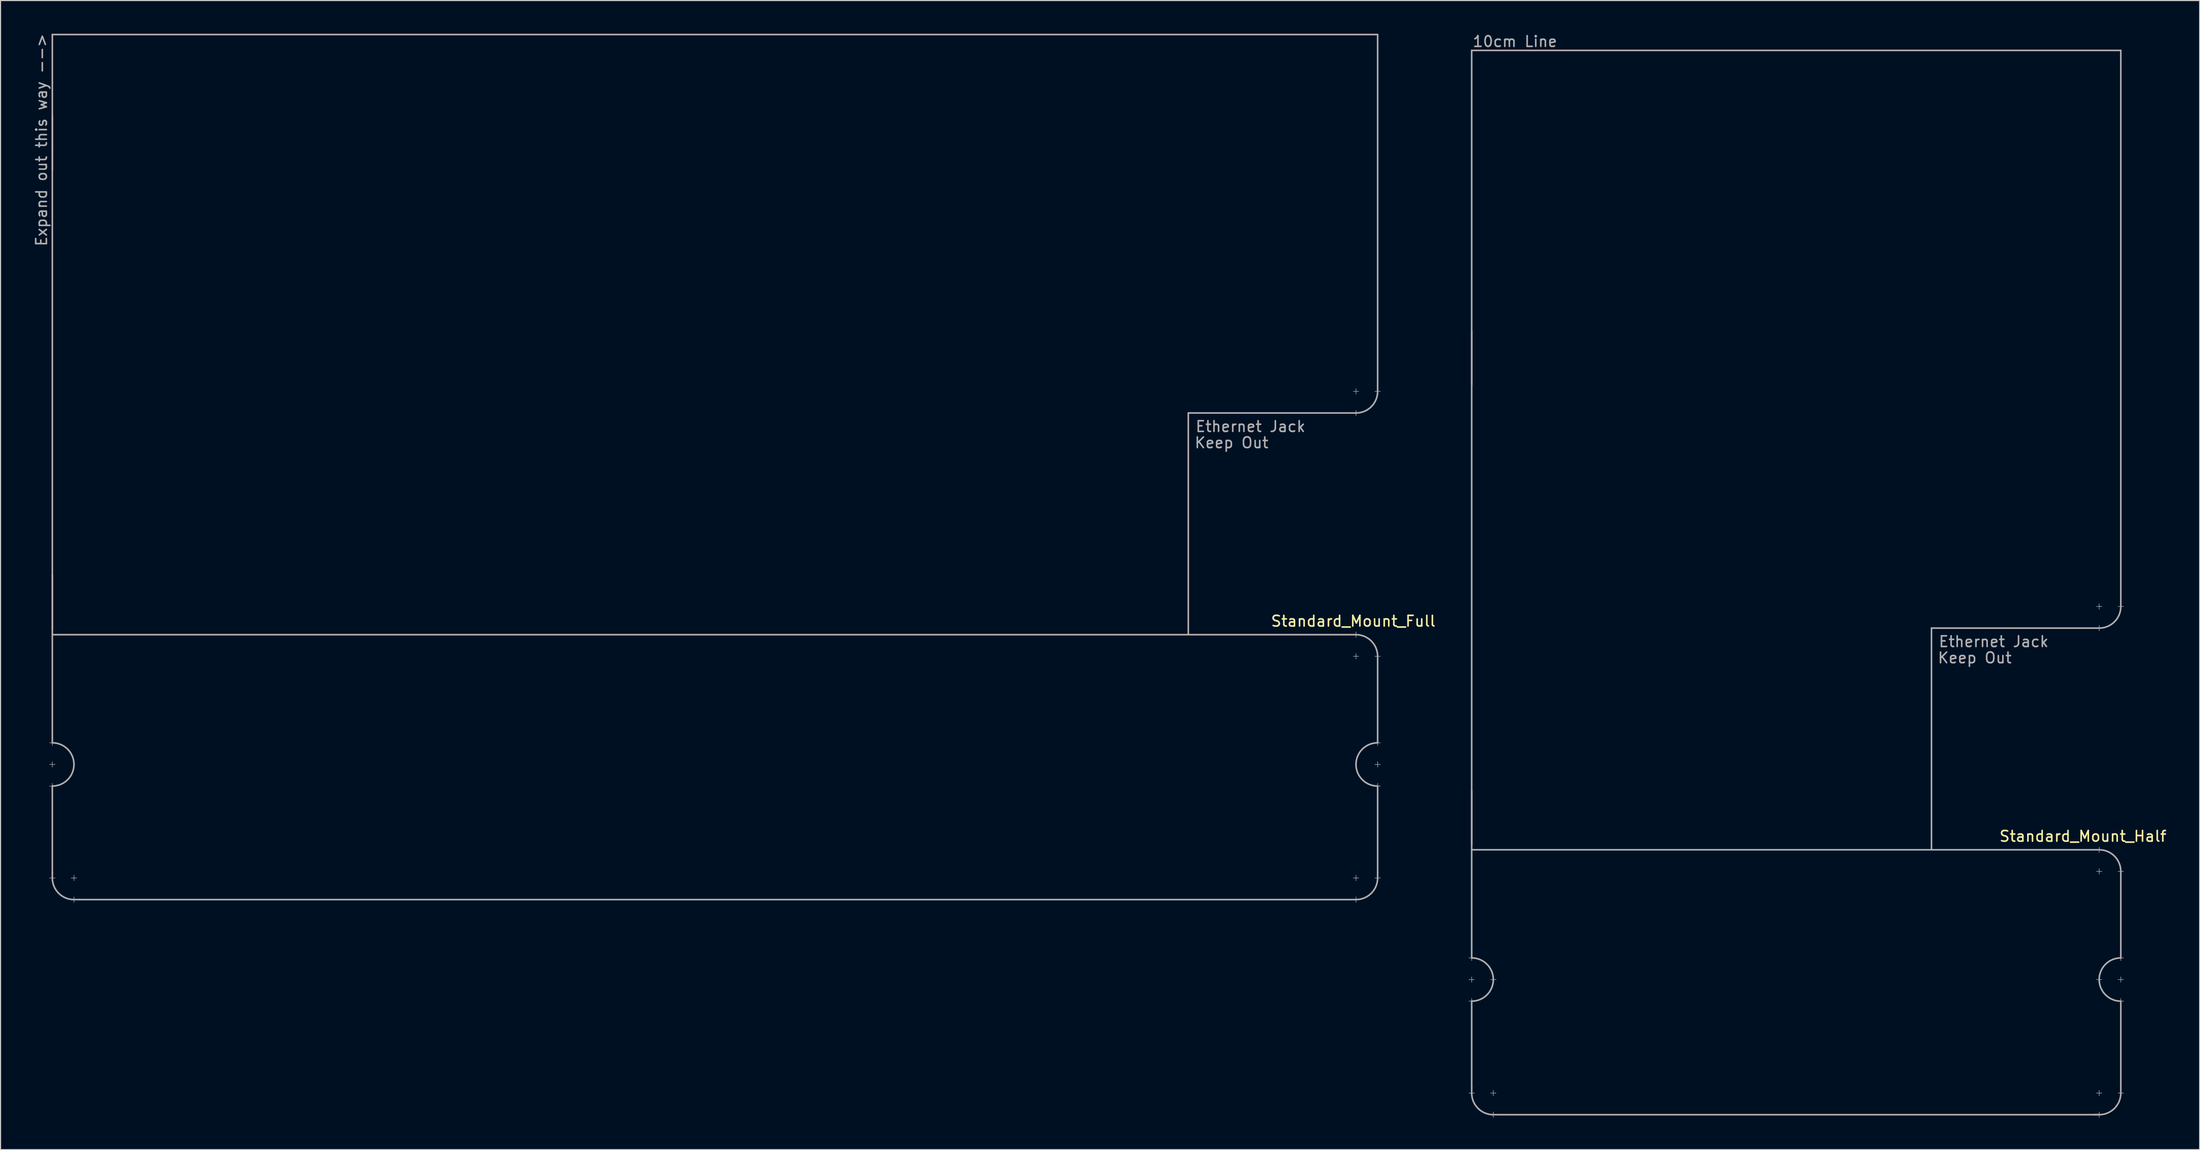
<source format=kicad_pcb>
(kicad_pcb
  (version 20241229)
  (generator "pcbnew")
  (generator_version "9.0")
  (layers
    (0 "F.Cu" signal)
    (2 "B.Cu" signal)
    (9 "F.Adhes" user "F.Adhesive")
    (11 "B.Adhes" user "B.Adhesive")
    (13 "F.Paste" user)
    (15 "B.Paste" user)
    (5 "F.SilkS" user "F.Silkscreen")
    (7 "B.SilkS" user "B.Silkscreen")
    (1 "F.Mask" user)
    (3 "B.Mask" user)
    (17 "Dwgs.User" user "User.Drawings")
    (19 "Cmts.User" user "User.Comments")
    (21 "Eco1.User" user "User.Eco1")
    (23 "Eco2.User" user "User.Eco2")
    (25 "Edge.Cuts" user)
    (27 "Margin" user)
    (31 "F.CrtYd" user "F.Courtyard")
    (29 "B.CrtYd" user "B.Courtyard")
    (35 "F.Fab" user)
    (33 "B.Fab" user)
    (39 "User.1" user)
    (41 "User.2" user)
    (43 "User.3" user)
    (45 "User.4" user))
  (footprint "Standard_Mount_Full"
    (layer "F.Cu")
    (at 1.864 56.075)
    (property "Reference" "Standard_Mount_Full" (at 122.174 -0.762 180) (layer "F.SilkS") (effects (font (size 1 1) (thickness 0.15))))
    (attr through_hole)
    (fp_line (start 0 -48.26) (end 0 -43.18) (stroke (width 0.15) (type solid)) (layer "B.SilkS"))
    (fp_line (start 0 -5.08) (end 0 0) (stroke (width 0.15) (type solid)) (layer "B.SilkS"))
    (fp_line (start -0.254 10.668) (end 0.254 10.668) (stroke (width 0.05) (type solid)) (layer "F.Fab"))
    (fp_line (start -0.254 12.7) (end 0.254 12.7) (stroke (width 0.05) (type solid)) (layer "F.Fab"))
    (fp_line (start -0.254 14.732) (end 0.254 14.732) (stroke (width 0.05) (type solid)) (layer "F.Fab"))
    (fp_line (start 0 -55.88) (end 0 0.508) (stroke (width 0.15) (type solid)) (layer "F.Fab"))
    (fp_line (start 0 -55.88) (end 124.46 -55.88) (stroke (width 0.15) (type solid)) (layer "F.Fab"))
    (fp_line (start 0 0.508) (end 122.428 0.508) (stroke (width 0.15) (type solid)) (layer "F.Fab"))
    (fp_line (start 0 10.414) (end 0 10.922) (stroke (width 0.05) (type solid)) (layer "F.Fab"))
    (fp_line (start 0 10.668) (end 0 0.508) (stroke (width 0.15) (type solid)) (layer "F.Fab"))
    (fp_line (start 0 12.446) (end 0 12.954) (stroke (width 0.05) (type solid)) (layer "F.Fab"))
    (fp_line (start 0 14.478) (end 0 14.986) (stroke (width 0.05) (type solid)) (layer "F.Fab"))
    (fp_line (start 0 22.86) (end 0 14.732) (stroke (width 0.15) (type solid)) (layer "F.Fab"))
    (fp_line (start 0 22.86) (end 0 23.368) (stroke (width 0.15) (type solid)) (layer "F.Fab"))
    (fp_line (start 0.254 23.368) (end -0.254 23.368) (stroke (width 0.05) (type solid)) (layer "F.Fab"))
    (fp_line (start 1.778 23.368) (end 2.286 23.368) (stroke (width 0.05) (type solid)) (layer "F.Fab"))
    (fp_line (start 2.032 23.114) (end 2.032 23.622) (stroke (width 0.05) (type solid)) (layer "F.Fab"))
    (fp_line (start 2.032 25.146) (end 2.032 25.654) (stroke (width 0.05) (type solid)) (layer "F.Fab"))
    (fp_line (start 2.032 25.4) (end 2.54 25.4) (stroke (width 0.15) (type solid)) (layer "F.Fab"))
    (fp_line (start 2.54 25.4) (end 121.92 25.4) (stroke (width 0.15) (type solid)) (layer "F.Fab"))
    (fp_line (start 106.68 -20.32) (end 106.68 0.508) (stroke (width 0.15) (type solid)) (layer "F.Fab"))
    (fp_line (start 121.92 25.4) (end 122.428 25.4) (stroke (width 0.15) (type solid)) (layer "F.Fab"))
    (fp_line (start 122.174 -22.352) (end 122.682 -22.352) (stroke (width 0.05) (type solid)) (layer "F.Fab"))
    (fp_line (start 122.174 2.54) (end 122.682 2.54) (stroke (width 0.05) (type solid)) (layer "F.Fab"))
    (fp_line (start 122.174 23.368) (end 122.682 23.368) (stroke (width 0.05) (type solid)) (layer "F.Fab"))
    (fp_line (start 122.428 -22.606) (end 122.428 -22.098) (stroke (width 0.05) (type solid)) (layer "F.Fab"))
    (fp_line (start 122.428 -20.574) (end 122.428 -20.066) (stroke (width 0.05) (type solid)) (layer "F.Fab"))
    (fp_line (start 122.428 -20.32) (end 106.68 -20.32) (stroke (width 0.15) (type solid)) (layer "F.Fab"))
    (fp_line (start 122.428 0.254) (end 122.428 0.762) (stroke (width 0.05) (type solid)) (layer "F.Fab"))
    (fp_line (start 122.428 2.286) (end 122.428 2.794) (stroke (width 0.05) (type solid)) (layer "F.Fab"))
    (fp_line (start 122.428 23.114) (end 122.428 23.622) (stroke (width 0.05) (type solid)) (layer "F.Fab"))
    (fp_line (start 122.428 25.146) (end 122.428 25.654) (stroke (width 0.05) (type solid)) (layer "F.Fab"))
    (fp_line (start 124.206 -22.352) (end 124.714 -22.352) (stroke (width 0.05) (type solid)) (layer "F.Fab"))
    (fp_line (start 124.206 2.54) (end 124.714 2.54) (stroke (width 0.05) (type solid)) (layer "F.Fab"))
    (fp_line (start 124.206 10.668) (end 124.714 10.668) (stroke (width 0.05) (type solid)) (layer "F.Fab"))
    (fp_line (start 124.206 12.7) (end 124.714 12.7) (stroke (width 0.05) (type solid)) (layer "F.Fab"))
    (fp_line (start 124.206 14.732) (end 124.714 14.732) (stroke (width 0.05) (type solid)) (layer "F.Fab"))
    (fp_line (start 124.206 23.368) (end 124.714 23.368) (stroke (width 0.05) (type solid)) (layer "F.Fab"))
    (fp_line (start 124.46 -55.88) (end 124.46 -22.352) (stroke (width 0.15) (type solid)) (layer "F.Fab"))
    (fp_line (start 124.46 10.414) (end 124.46 10.922) (stroke (width 0.05) (type solid)) (layer "F.Fab"))
    (fp_line (start 124.46 10.668) (end 124.46 2.54) (stroke (width 0.15) (type solid)) (layer "F.Fab"))
    (fp_line (start 124.46 12.446) (end 124.46 12.954) (stroke (width 0.05) (type solid)) (layer "F.Fab"))
    (fp_line (start 124.46 14.478) (end 124.46 14.986) (stroke (width 0.05) (type solid)) (layer "F.Fab"))
    (fp_line (start 124.46 14.732) (end 124.46 22.86) (stroke (width 0.15) (type solid)) (layer "F.Fab"))
    (fp_line (start 124.46 23.343) (end 124.46 22.86) (stroke (width 0.15) (type solid)) (layer "F.Fab"))
    (fp_arc (start 0 10.668) (mid 1.436841 11.263159) (end 2.032 12.7) (stroke (width 0.15) (type solid)) (layer "F.Fab"))
    (fp_arc (start 2.032 12.7) (mid 1.436841 14.136841) (end 0 14.732) (stroke (width 0.15) (type solid)) (layer "F.Fab"))
    (fp_arc (start 2.032 25.4) (mid 0.595159 24.804841) (end 0 23.368) (stroke (width 0.15) (type solid)) (layer "F.Fab"))
    (fp_arc (start 122.428 0.508) (mid 123.864841 1.103159) (end 124.46 2.54) (stroke (width 0.15) (type solid)) (layer "F.Fab"))
    (fp_arc (start 122.428 12.7) (mid 123.023159 11.263159) (end 124.46 10.668) (stroke (width 0.15) (type solid)) (layer "F.Fab"))
    (fp_arc (start 124.46 -22.352) (mid 123.864841 -20.915159) (end 122.428 -20.32) (stroke (width 0.15) (type solid)) (layer "F.Fab"))
    (fp_arc (start 124.46 14.732) (mid 123.023159 14.136841) (end 122.428 12.7) (stroke (width 0.15) (type solid)) (layer "F.Fab"))
    (fp_arc (start 124.46 23.368) (mid 123.864841 24.804841) (end 122.428 25.4) (stroke (width 0.15) (type solid)) (layer "F.Fab"))
    (fp_text user "Expand out this way -->" (at -1.016 -45.974 90) (layer "F.Fab") (effects (font (size 1 1) (thickness 0.15))))
    (fp_text user "Ethernet Jack" (at 112.522 -19.05 0) (layer "F.Fab") (effects (font (size 1 1) (thickness 0.15))))
    (fp_text user "Keep Out" (at 110.744 -17.526 0) (layer "F.Fab") (effects (font (size 1 1) (thickness 0.15)))))
  (footprint "Standard_Mount_Half"
    (layer "F.Cu")
    (at 135.157 76.286)
    (property "Reference" "Standard_Mount_Half" (at 57.404 -0.762 180) (layer "F.SilkS") (effects (font (size 1 1) (thickness 0.15))))
    (attr through_hole)
    (fp_line (start 0 -48.26) (end 0 -43.18) (stroke (width 0.15) (type solid)) (layer "B.SilkS"))
    (fp_line (start 0 -5.08) (end 0 0) (stroke (width 0.15) (type solid)) (layer "B.SilkS"))
    (fp_line (start 0 -74.6) (end 60.96 -74.6) (stroke (width 0.15) (type solid)) (layer "F.Fab"))
    (fp_line (start 0 0) (end 0 -74.6) (stroke (width 0.15) (type solid)) (layer "F.Fab"))
    (fp_line (start 0 0) (end 0 10.668) (stroke (width 0.15) (type solid)) (layer "F.Fab"))
    (fp_line (start 0 0.508) (end 58.928 0.508) (stroke (width 0.15) (type solid)) (layer "F.Fab"))
    (fp_line (start 0 10.922) (end 0 10.414) (stroke (width 0.05) (type solid)) (layer "F.Fab"))
    (fp_line (start 0 12.954) (end 0 12.446) (stroke (width 0.05) (type solid)) (layer "F.Fab"))
    (fp_line (start 0 14.732) (end 0 22.86) (stroke (width 0.15) (type solid)) (layer "F.Fab"))
    (fp_line (start 0 14.986) (end 0 14.478) (stroke (width 0.05) (type solid)) (layer "F.Fab"))
    (fp_line (start 0 23.368) (end 0 22.835) (stroke (width 0.15) (type solid)) (layer "F.Fab"))
    (fp_line (start 0.254 10.668) (end -0.254 10.668) (stroke (width 0.05) (type solid)) (layer "F.Fab"))
    (fp_line (start 0.254 12.7) (end -0.254 12.7) (stroke (width 0.05) (type solid)) (layer "F.Fab"))
    (fp_line (start 0.254 14.732) (end -0.254 14.732) (stroke (width 0.05) (type solid)) (layer "F.Fab"))
    (fp_line (start 0.254 23.368) (end -0.254 23.368) (stroke (width 0.05) (type solid)) (layer "F.Fab"))
    (fp_line (start 2.032 23.622) (end 2.032 23.114) (stroke (width 0.05) (type solid)) (layer "F.Fab"))
    (fp_line (start 2.032 25.4) (end 2.54 25.4) (stroke (width 0.15) (type solid)) (layer "F.Fab"))
    (fp_line (start 2.032 25.654) (end 2.032 25.146) (stroke (width 0.05) (type solid)) (layer "F.Fab"))
    (fp_line (start 2.286 12.7) (end 1.778 12.7) (stroke (width 0.05) (type solid)) (layer "F.Fab"))
    (fp_line (start 2.286 23.368) (end 1.778 23.368) (stroke (width 0.05) (type solid)) (layer "F.Fab"))
    (fp_line (start 43.18 -20.32) (end 43.18 0.508) (stroke (width 0.15) (type solid)) (layer "F.Fab"))
    (fp_line (start 58.42 25.4) (end 58.928 25.4) (stroke (width 0.15) (type solid)) (layer "F.Fab"))
    (fp_line (start 58.674 -22.352) (end 59.182 -22.352) (stroke (width 0.05) (type solid)) (layer "F.Fab"))
    (fp_line (start 58.928 -22.098) (end 58.928 -22.606) (stroke (width 0.05) (type solid)) (layer "F.Fab"))
    (fp_line (start 58.928 -20.32) (end 43.18 -20.32) (stroke (width 0.15) (type solid)) (layer "F.Fab"))
    (fp_line (start 58.928 -20.066) (end 58.928 -20.574) (stroke (width 0.05) (type solid)) (layer "F.Fab"))
    (fp_line (start 58.928 0.762) (end 58.928 0.254) (stroke (width 0.05) (type solid)) (layer "F.Fab"))
    (fp_line (start 58.928 2.794) (end 58.928 2.286) (stroke (width 0.05) (type solid)) (layer "F.Fab"))
    (fp_line (start 58.928 23.622) (end 58.928 23.114) (stroke (width 0.05) (type solid)) (layer "F.Fab"))
    (fp_line (start 58.928 25.4) (end 2.54 25.4) (stroke (width 0.15) (type solid)) (layer "F.Fab"))
    (fp_line (start 58.928 25.654) (end 58.928 25.146) (stroke (width 0.05) (type solid)) (layer "F.Fab"))
    (fp_line (start 59.182 2.54) (end 58.674 2.54) (stroke (width 0.05) (type solid)) (layer "F.Fab"))
    (fp_line (start 59.182 12.7) (end 58.674 12.7) (stroke (width 0.05) (type solid)) (layer "F.Fab"))
    (fp_line (start 59.182 23.368) (end 58.674 23.368) (stroke (width 0.05) (type solid)) (layer "F.Fab"))
    (fp_line (start 60.706 -22.352) (end 61.214 -22.352) (stroke (width 0.05) (type solid)) (layer "F.Fab"))
    (fp_line (start 60.96 -74.6) (end 60.96 -22.352) (stroke (width 0.15) (type solid)) (layer "F.Fab"))
    (fp_line (start 60.96 2.54) (end 60.96 10.668) (stroke (width 0.15) (type solid)) (layer "F.Fab"))
    (fp_line (start 60.96 10.922) (end 60.96 10.414) (stroke (width 0.05) (type solid)) (layer "F.Fab"))
    (fp_line (start 60.96 12.954) (end 60.96 12.446) (stroke (width 0.05) (type solid)) (layer "F.Fab"))
    (fp_line (start 60.96 14.732) (end 60.96 22.86) (stroke (width 0.15) (type solid)) (layer "F.Fab"))
    (fp_line (start 60.96 14.986) (end 60.96 14.478) (stroke (width 0.05) (type solid)) (layer "F.Fab"))
    (fp_line (start 60.96 23.368) (end 60.96 22.86) (stroke (width 0.15) (type solid)) (layer "F.Fab"))
    (fp_line (start 61.214 2.54) (end 60.706 2.54) (stroke (width 0.05) (type solid)) (layer "F.Fab"))
    (fp_line (start 61.214 10.668) (end 60.706 10.668) (stroke (width 0.05) (type solid)) (layer "F.Fab"))
    (fp_line (start 61.214 12.7) (end 60.706 12.7) (stroke (width 0.05) (type solid)) (layer "F.Fab"))
    (fp_line (start 61.214 14.732) (end 60.706 14.732) (stroke (width 0.05) (type solid)) (layer "F.Fab"))
    (fp_line (start 61.214 23.368) (end 60.706 23.368) (stroke (width 0.05) (type solid)) (layer "F.Fab"))
    (fp_arc (start 0 10.668) (mid 1.436841 11.263159) (end 2.032 12.7) (stroke (width 0.15) (type solid)) (layer "F.Fab"))
    (fp_arc (start 2.032 12.7) (mid 1.436841 14.136841) (end 0 14.732) (stroke (width 0.15) (type solid)) (layer "F.Fab"))
    (fp_arc (start 2.032 25.4) (mid 0.595159 24.804841) (end 0 23.368) (stroke (width 0.15) (type solid)) (layer "F.Fab"))
    (fp_arc (start 58.928 0.508) (mid 60.364841 1.103159) (end 60.96 2.54) (stroke (width 0.15) (type solid)) (layer "F.Fab"))
    (fp_arc (start 58.928 12.7) (mid 59.523159 11.263159) (end 60.96 10.668) (stroke (width 0.15) (type solid)) (layer "F.Fab"))
    (fp_arc (start 60.96 -22.352) (mid 60.364841 -20.915159) (end 58.928 -20.32) (stroke (width 0.15) (type solid)) (layer "F.Fab"))
    (fp_arc (start 60.96 14.732) (mid 59.523159 14.136841) (end 58.928 12.7) (stroke (width 0.15) (type solid)) (layer "F.Fab"))
    (fp_arc (start 60.96 23.368) (mid 60.364841 24.804841) (end 58.928 25.4) (stroke (width 0.15) (type solid)) (layer "F.Fab"))
    (fp_text user "Keep Out" (at 47.244 -17.526 0) (layer "F.Fab") (effects (font (size 1 1) (thickness 0.15))))
    (fp_text user "Ethernet Jack" (at 49.022 -19.05 0) (layer "F.Fab") (effects (font (size 1 1) (thickness 0.15))))
    (fp_text user "10cm Line" (at 4.064 -75.438 0) (layer "F.Fab") (effects (font (size 1 1) (thickness 0.15)))))
  (gr_rect
    (start -3 -3)
    (end 203.519 104.965)
    (stroke (width 0.1) (type default))
    (fill no)
    (layer "Edge.Cuts")))
</source>
